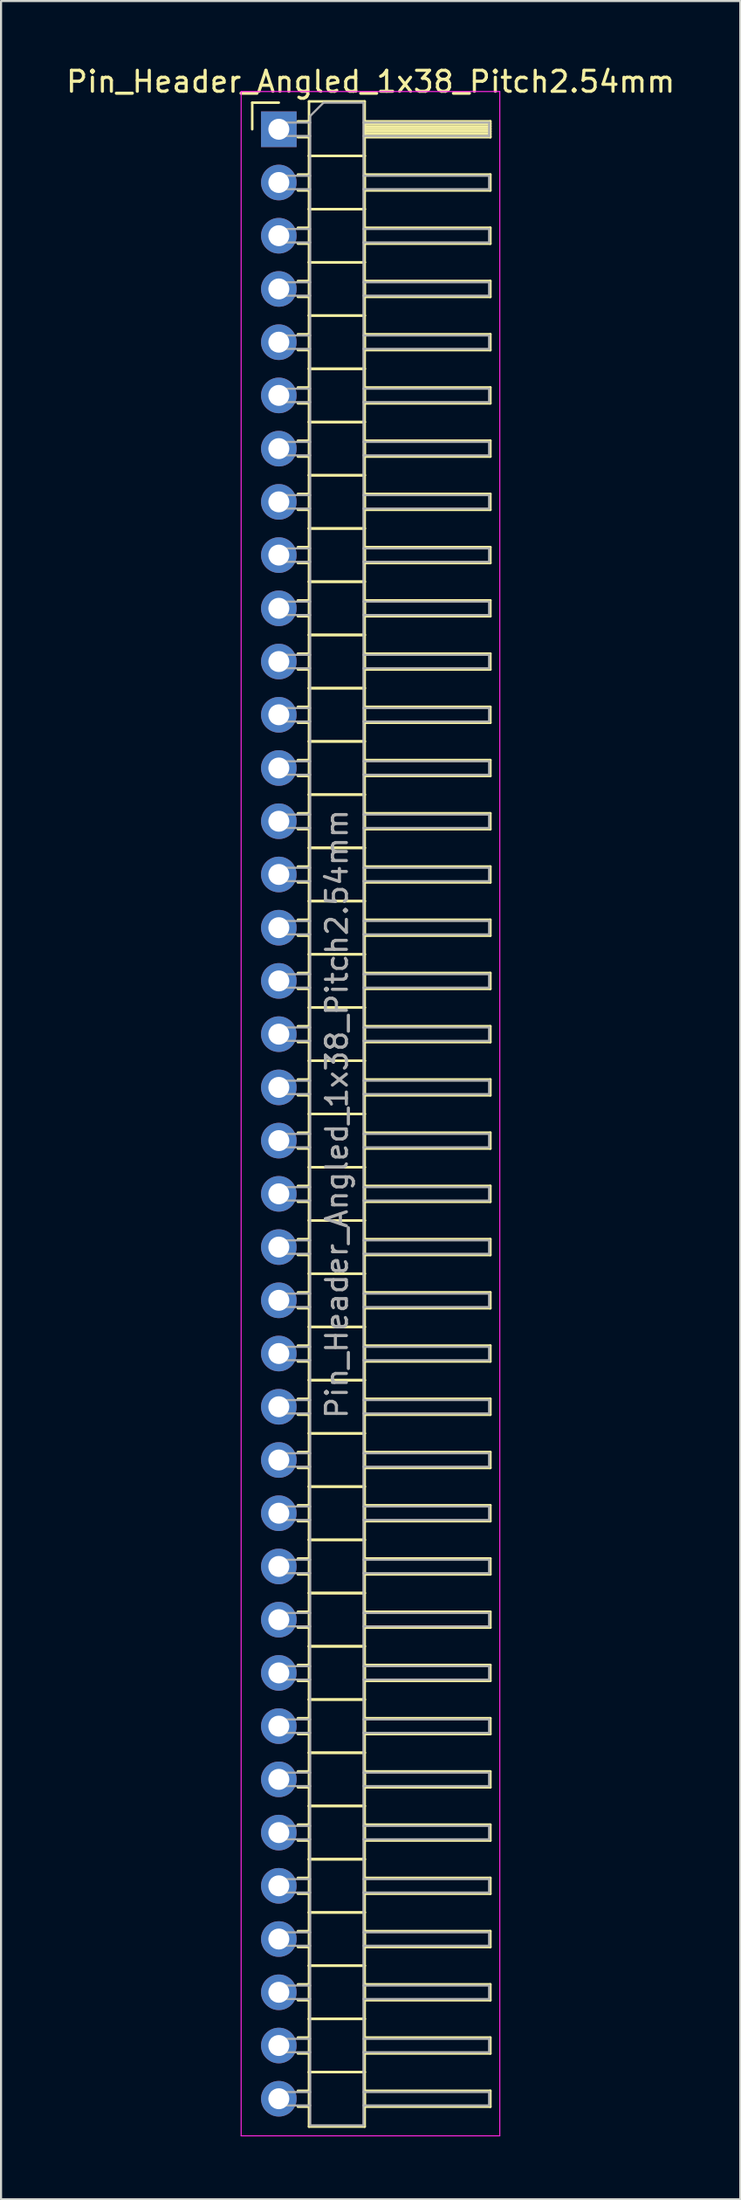
<source format=kicad_pcb>
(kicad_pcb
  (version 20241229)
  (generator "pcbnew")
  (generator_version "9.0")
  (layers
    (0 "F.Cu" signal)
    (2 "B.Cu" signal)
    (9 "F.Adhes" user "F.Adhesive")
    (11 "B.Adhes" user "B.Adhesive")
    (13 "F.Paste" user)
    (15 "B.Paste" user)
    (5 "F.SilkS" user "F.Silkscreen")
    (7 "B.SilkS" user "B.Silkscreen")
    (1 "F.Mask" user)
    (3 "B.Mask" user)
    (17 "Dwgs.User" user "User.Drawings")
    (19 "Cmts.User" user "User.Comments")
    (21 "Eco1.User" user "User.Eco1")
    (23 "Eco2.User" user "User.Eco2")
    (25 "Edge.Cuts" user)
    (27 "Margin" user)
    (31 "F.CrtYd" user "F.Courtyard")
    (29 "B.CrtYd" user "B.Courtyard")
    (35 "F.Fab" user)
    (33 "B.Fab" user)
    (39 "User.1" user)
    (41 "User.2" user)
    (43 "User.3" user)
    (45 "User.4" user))
  (footprint "Pin_Header_Angled_1x38_Pitch2.54mm"
    (layer "F.Cu")
    (at 10.264 3.118)
    (property "Reference" "Pin_Header_Angled_1x38_Pitch2.54mm" (at 4.385 -2.27 0) (layer "F.SilkS") (effects (font (size 1 1) (thickness 0.15))))
    (attr through_hole)
    (fp_line (start -1.27 -1.27) (end 0 -1.27) (stroke (width 0.12) (type solid)) (layer "F.SilkS"))
    (fp_line (start -1.27 0) (end -1.27 -1.27) (stroke (width 0.12) (type solid)) (layer "F.SilkS"))
    (fp_line (start 0.91 -0.38) (end 1.44 -0.38) (stroke (width 0.12) (type solid)) (layer "F.SilkS"))
    (fp_line (start 0.91 0.38) (end 1.44 0.38) (stroke (width 0.12) (type solid)) (layer "F.SilkS"))
    (fp_line (start 0.91 2.16) (end 1.44 2.16) (stroke (width 0.12) (type solid)) (layer "F.SilkS"))
    (fp_line (start 0.91 2.92) (end 1.44 2.92) (stroke (width 0.12) (type solid)) (layer "F.SilkS"))
    (fp_line (start 0.91 4.7) (end 1.44 4.7) (stroke (width 0.12) (type solid)) (layer "F.SilkS"))
    (fp_line (start 0.91 5.46) (end 1.44 5.46) (stroke (width 0.12) (type solid)) (layer "F.SilkS"))
    (fp_line (start 0.91 7.24) (end 1.44 7.24) (stroke (width 0.12) (type solid)) (layer "F.SilkS"))
    (fp_line (start 0.91 8) (end 1.44 8) (stroke (width 0.12) (type solid)) (layer "F.SilkS"))
    (fp_line (start 0.91 9.78) (end 1.44 9.78) (stroke (width 0.12) (type solid)) (layer "F.SilkS"))
    (fp_line (start 0.91 10.54) (end 1.44 10.54) (stroke (width 0.12) (type solid)) (layer "F.SilkS"))
    (fp_line (start 0.91 12.32) (end 1.44 12.32) (stroke (width 0.12) (type solid)) (layer "F.SilkS"))
    (fp_line (start 0.91 13.08) (end 1.44 13.08) (stroke (width 0.12) (type solid)) (layer "F.SilkS"))
    (fp_line (start 0.91 14.86) (end 1.44 14.86) (stroke (width 0.12) (type solid)) (layer "F.SilkS"))
    (fp_line (start 0.91 15.62) (end 1.44 15.62) (stroke (width 0.12) (type solid)) (layer "F.SilkS"))
    (fp_line (start 0.91 17.4) (end 1.44 17.4) (stroke (width 0.12) (type solid)) (layer "F.SilkS"))
    (fp_line (start 0.91 18.16) (end 1.44 18.16) (stroke (width 0.12) (type solid)) (layer "F.SilkS"))
    (fp_line (start 0.91 19.94) (end 1.44 19.94) (stroke (width 0.12) (type solid)) (layer "F.SilkS"))
    (fp_line (start 0.91 20.7) (end 1.44 20.7) (stroke (width 0.12) (type solid)) (layer "F.SilkS"))
    (fp_line (start 0.91 22.48) (end 1.44 22.48) (stroke (width 0.12) (type solid)) (layer "F.SilkS"))
    (fp_line (start 0.91 23.24) (end 1.44 23.24) (stroke (width 0.12) (type solid)) (layer "F.SilkS"))
    (fp_line (start 0.91 25.02) (end 1.44 25.02) (stroke (width 0.12) (type solid)) (layer "F.SilkS"))
    (fp_line (start 0.91 25.78) (end 1.44 25.78) (stroke (width 0.12) (type solid)) (layer "F.SilkS"))
    (fp_line (start 0.91 27.56) (end 1.44 27.56) (stroke (width 0.12) (type solid)) (layer "F.SilkS"))
    (fp_line (start 0.91 28.32) (end 1.44 28.32) (stroke (width 0.12) (type solid)) (layer "F.SilkS"))
    (fp_line (start 0.91 30.1) (end 1.44 30.1) (stroke (width 0.12) (type solid)) (layer "F.SilkS"))
    (fp_line (start 0.91 30.86) (end 1.44 30.86) (stroke (width 0.12) (type solid)) (layer "F.SilkS"))
    (fp_line (start 0.91 32.64) (end 1.44 32.64) (stroke (width 0.12) (type solid)) (layer "F.SilkS"))
    (fp_line (start 0.91 33.4) (end 1.44 33.4) (stroke (width 0.12) (type solid)) (layer "F.SilkS"))
    (fp_line (start 0.91 35.18) (end 1.44 35.18) (stroke (width 0.12) (type solid)) (layer "F.SilkS"))
    (fp_line (start 0.91 35.94) (end 1.44 35.94) (stroke (width 0.12) (type solid)) (layer "F.SilkS"))
    (fp_line (start 0.91 37.72) (end 1.44 37.72) (stroke (width 0.12) (type solid)) (layer "F.SilkS"))
    (fp_line (start 0.91 38.48) (end 1.44 38.48) (stroke (width 0.12) (type solid)) (layer "F.SilkS"))
    (fp_line (start 0.91 40.26) (end 1.44 40.26) (stroke (width 0.12) (type solid)) (layer "F.SilkS"))
    (fp_line (start 0.91 41.02) (end 1.44 41.02) (stroke (width 0.12) (type solid)) (layer "F.SilkS"))
    (fp_line (start 0.91 42.8) (end 1.44 42.8) (stroke (width 0.12) (type solid)) (layer "F.SilkS"))
    (fp_line (start 0.91 43.56) (end 1.44 43.56) (stroke (width 0.12) (type solid)) (layer "F.SilkS"))
    (fp_line (start 0.91 45.34) (end 1.44 45.34) (stroke (width 0.12) (type solid)) (layer "F.SilkS"))
    (fp_line (start 0.91 46.1) (end 1.44 46.1) (stroke (width 0.12) (type solid)) (layer "F.SilkS"))
    (fp_line (start 0.91 47.88) (end 1.44 47.88) (stroke (width 0.12) (type solid)) (layer "F.SilkS"))
    (fp_line (start 0.91 48.64) (end 1.44 48.64) (stroke (width 0.12) (type solid)) (layer "F.SilkS"))
    (fp_line (start 0.91 50.42) (end 1.44 50.42) (stroke (width 0.12) (type solid)) (layer "F.SilkS"))
    (fp_line (start 0.91 51.18) (end 1.44 51.18) (stroke (width 0.12) (type solid)) (layer "F.SilkS"))
    (fp_line (start 0.91 52.96) (end 1.44 52.96) (stroke (width 0.12) (type solid)) (layer "F.SilkS"))
    (fp_line (start 0.91 53.72) (end 1.44 53.72) (stroke (width 0.12) (type solid)) (layer "F.SilkS"))
    (fp_line (start 0.91 55.5) (end 1.44 55.5) (stroke (width 0.12) (type solid)) (layer "F.SilkS"))
    (fp_line (start 0.91 56.26) (end 1.44 56.26) (stroke (width 0.12) (type solid)) (layer "F.SilkS"))
    (fp_line (start 0.91 58.04) (end 1.44 58.04) (stroke (width 0.12) (type solid)) (layer "F.SilkS"))
    (fp_line (start 0.91 58.8) (end 1.44 58.8) (stroke (width 0.12) (type solid)) (layer "F.SilkS"))
    (fp_line (start 0.91 60.58) (end 1.44 60.58) (stroke (width 0.12) (type solid)) (layer "F.SilkS"))
    (fp_line (start 0.91 61.34) (end 1.44 61.34) (stroke (width 0.12) (type solid)) (layer "F.SilkS"))
    (fp_line (start 0.91 63.12) (end 1.44 63.12) (stroke (width 0.12) (type solid)) (layer "F.SilkS"))
    (fp_line (start 0.91 63.88) (end 1.44 63.88) (stroke (width 0.12) (type solid)) (layer "F.SilkS"))
    (fp_line (start 0.91 65.66) (end 1.44 65.66) (stroke (width 0.12) (type solid)) (layer "F.SilkS"))
    (fp_line (start 0.91 66.42) (end 1.44 66.42) (stroke (width 0.12) (type solid)) (layer "F.SilkS"))
    (fp_line (start 0.91 68.2) (end 1.44 68.2) (stroke (width 0.12) (type solid)) (layer "F.SilkS"))
    (fp_line (start 0.91 68.96) (end 1.44 68.96) (stroke (width 0.12) (type solid)) (layer "F.SilkS"))
    (fp_line (start 0.91 70.74) (end 1.44 70.74) (stroke (width 0.12) (type solid)) (layer "F.SilkS"))
    (fp_line (start 0.91 71.5) (end 1.44 71.5) (stroke (width 0.12) (type solid)) (layer "F.SilkS"))
    (fp_line (start 0.91 73.28) (end 1.44 73.28) (stroke (width 0.12) (type solid)) (layer "F.SilkS"))
    (fp_line (start 0.91 74.04) (end 1.44 74.04) (stroke (width 0.12) (type solid)) (layer "F.SilkS"))
    (fp_line (start 0.91 75.82) (end 1.44 75.82) (stroke (width 0.12) (type solid)) (layer "F.SilkS"))
    (fp_line (start 0.91 76.58) (end 1.44 76.58) (stroke (width 0.12) (type solid)) (layer "F.SilkS"))
    (fp_line (start 0.91 78.36) (end 1.44 78.36) (stroke (width 0.12) (type solid)) (layer "F.SilkS"))
    (fp_line (start 0.91 79.12) (end 1.44 79.12) (stroke (width 0.12) (type solid)) (layer "F.SilkS"))
    (fp_line (start 0.91 80.9) (end 1.44 80.9) (stroke (width 0.12) (type solid)) (layer "F.SilkS"))
    (fp_line (start 0.91 81.66) (end 1.44 81.66) (stroke (width 0.12) (type solid)) (layer "F.SilkS"))
    (fp_line (start 0.91 83.44) (end 1.44 83.44) (stroke (width 0.12) (type solid)) (layer "F.SilkS"))
    (fp_line (start 0.91 84.2) (end 1.44 84.2) (stroke (width 0.12) (type solid)) (layer "F.SilkS"))
    (fp_line (start 0.91 85.98) (end 1.44 85.98) (stroke (width 0.12) (type solid)) (layer "F.SilkS"))
    (fp_line (start 0.91 86.74) (end 1.44 86.74) (stroke (width 0.12) (type solid)) (layer "F.SilkS"))
    (fp_line (start 0.91 88.52) (end 1.44 88.52) (stroke (width 0.12) (type solid)) (layer "F.SilkS"))
    (fp_line (start 0.91 89.28) (end 1.44 89.28) (stroke (width 0.12) (type solid)) (layer "F.SilkS"))
    (fp_line (start 0.91 91.06) (end 1.44 91.06) (stroke (width 0.12) (type solid)) (layer "F.SilkS"))
    (fp_line (start 0.91 91.82) (end 1.44 91.82) (stroke (width 0.12) (type solid)) (layer "F.SilkS"))
    (fp_line (start 0.91 93.6) (end 1.44 93.6) (stroke (width 0.12) (type solid)) (layer "F.SilkS"))
    (fp_line (start 0.91 94.36) (end 1.44 94.36) (stroke (width 0.12) (type solid)) (layer "F.SilkS"))
    (fp_line (start 1.44 -1.33) (end 1.44 1.27) (stroke (width 0.12) (type solid)) (layer "F.SilkS"))
    (fp_line (start 1.44 1.27) (end 1.44 3.81) (stroke (width 0.12) (type solid)) (layer "F.SilkS"))
    (fp_line (start 1.44 1.27) (end 4.1 1.27) (stroke (width 0.12) (type solid)) (layer "F.SilkS"))
    (fp_line (start 1.44 3.81) (end 1.44 6.35) (stroke (width 0.12) (type solid)) (layer "F.SilkS"))
    (fp_line (start 1.44 3.81) (end 4.1 3.81) (stroke (width 0.12) (type solid)) (layer "F.SilkS"))
    (fp_line (start 1.44 6.35) (end 1.44 8.89) (stroke (width 0.12) (type solid)) (layer "F.SilkS"))
    (fp_line (start 1.44 6.35) (end 4.1 6.35) (stroke (width 0.12) (type solid)) (layer "F.SilkS"))
    (fp_line (start 1.44 8.89) (end 1.44 11.43) (stroke (width 0.12) (type solid)) (layer "F.SilkS"))
    (fp_line (start 1.44 8.89) (end 4.1 8.89) (stroke (width 0.12) (type solid)) (layer "F.SilkS"))
    (fp_line (start 1.44 11.43) (end 1.44 13.97) (stroke (width 0.12) (type solid)) (layer "F.SilkS"))
    (fp_line (start 1.44 11.43) (end 4.1 11.43) (stroke (width 0.12) (type solid)) (layer "F.SilkS"))
    (fp_line (start 1.44 13.97) (end 1.44 16.51) (stroke (width 0.12) (type solid)) (layer "F.SilkS"))
    (fp_line (start 1.44 13.97) (end 4.1 13.97) (stroke (width 0.12) (type solid)) (layer "F.SilkS"))
    (fp_line (start 1.44 16.51) (end 1.44 19.05) (stroke (width 0.12) (type solid)) (layer "F.SilkS"))
    (fp_line (start 1.44 16.51) (end 4.1 16.51) (stroke (width 0.12) (type solid)) (layer "F.SilkS"))
    (fp_line (start 1.44 19.05) (end 1.44 21.59) (stroke (width 0.12) (type solid)) (layer "F.SilkS"))
    (fp_line (start 1.44 19.05) (end 4.1 19.05) (stroke (width 0.12) (type solid)) (layer "F.SilkS"))
    (fp_line (start 1.44 21.59) (end 1.44 24.13) (stroke (width 0.12) (type solid)) (layer "F.SilkS"))
    (fp_line (start 1.44 21.59) (end 4.1 21.59) (stroke (width 0.12) (type solid)) (layer "F.SilkS"))
    (fp_line (start 1.44 24.13) (end 1.44 26.67) (stroke (width 0.12) (type solid)) (layer "F.SilkS"))
    (fp_line (start 1.44 24.13) (end 4.1 24.13) (stroke (width 0.12) (type solid)) (layer "F.SilkS"))
    (fp_line (start 1.44 26.67) (end 1.44 29.21) (stroke (width 0.12) (type solid)) (layer "F.SilkS"))
    (fp_line (start 1.44 26.67) (end 4.1 26.67) (stroke (width 0.12) (type solid)) (layer "F.SilkS"))
    (fp_line (start 1.44 29.21) (end 1.44 31.75) (stroke (width 0.12) (type solid)) (layer "F.SilkS"))
    (fp_line (start 1.44 29.21) (end 4.1 29.21) (stroke (width 0.12) (type solid)) (layer "F.SilkS"))
    (fp_line (start 1.44 31.75) (end 1.44 34.29) (stroke (width 0.12) (type solid)) (layer "F.SilkS"))
    (fp_line (start 1.44 31.75) (end 4.1 31.75) (stroke (width 0.12) (type solid)) (layer "F.SilkS"))
    (fp_line (start 1.44 34.29) (end 1.44 36.83) (stroke (width 0.12) (type solid)) (layer "F.SilkS"))
    (fp_line (start 1.44 34.29) (end 4.1 34.29) (stroke (width 0.12) (type solid)) (layer "F.SilkS"))
    (fp_line (start 1.44 36.83) (end 1.44 39.37) (stroke (width 0.12) (type solid)) (layer "F.SilkS"))
    (fp_line (start 1.44 36.83) (end 4.1 36.83) (stroke (width 0.12) (type solid)) (layer "F.SilkS"))
    (fp_line (start 1.44 39.37) (end 1.44 41.91) (stroke (width 0.12) (type solid)) (layer "F.SilkS"))
    (fp_line (start 1.44 39.37) (end 4.1 39.37) (stroke (width 0.12) (type solid)) (layer "F.SilkS"))
    (fp_line (start 1.44 41.91) (end 1.44 44.45) (stroke (width 0.12) (type solid)) (layer "F.SilkS"))
    (fp_line (start 1.44 41.91) (end 4.1 41.91) (stroke (width 0.12) (type solid)) (layer "F.SilkS"))
    (fp_line (start 1.44 44.45) (end 1.44 46.99) (stroke (width 0.12) (type solid)) (layer "F.SilkS"))
    (fp_line (start 1.44 44.45) (end 4.1 44.45) (stroke (width 0.12) (type solid)) (layer "F.SilkS"))
    (fp_line (start 1.44 46.99) (end 1.44 49.53) (stroke (width 0.12) (type solid)) (layer "F.SilkS"))
    (fp_line (start 1.44 46.99) (end 4.1 46.99) (stroke (width 0.12) (type solid)) (layer "F.SilkS"))
    (fp_line (start 1.44 49.53) (end 1.44 52.07) (stroke (width 0.12) (type solid)) (layer "F.SilkS"))
    (fp_line (start 1.44 49.53) (end 4.1 49.53) (stroke (width 0.12) (type solid)) (layer "F.SilkS"))
    (fp_line (start 1.44 52.07) (end 1.44 54.61) (stroke (width 0.12) (type solid)) (layer "F.SilkS"))
    (fp_line (start 1.44 52.07) (end 4.1 52.07) (stroke (width 0.12) (type solid)) (layer "F.SilkS"))
    (fp_line (start 1.44 54.61) (end 1.44 57.15) (stroke (width 0.12) (type solid)) (layer "F.SilkS"))
    (fp_line (start 1.44 54.61) (end 4.1 54.61) (stroke (width 0.12) (type solid)) (layer "F.SilkS"))
    (fp_line (start 1.44 57.15) (end 1.44 59.69) (stroke (width 0.12) (type solid)) (layer "F.SilkS"))
    (fp_line (start 1.44 57.15) (end 4.1 57.15) (stroke (width 0.12) (type solid)) (layer "F.SilkS"))
    (fp_line (start 1.44 59.69) (end 1.44 62.23) (stroke (width 0.12) (type solid)) (layer "F.SilkS"))
    (fp_line (start 1.44 59.69) (end 4.1 59.69) (stroke (width 0.12) (type solid)) (layer "F.SilkS"))
    (fp_line (start 1.44 62.23) (end 1.44 64.77) (stroke (width 0.12) (type solid)) (layer "F.SilkS"))
    (fp_line (start 1.44 62.23) (end 4.1 62.23) (stroke (width 0.12) (type solid)) (layer "F.SilkS"))
    (fp_line (start 1.44 64.77) (end 1.44 67.31) (stroke (width 0.12) (type solid)) (layer "F.SilkS"))
    (fp_line (start 1.44 64.77) (end 4.1 64.77) (stroke (width 0.12) (type solid)) (layer "F.SilkS"))
    (fp_line (start 1.44 67.31) (end 1.44 69.85) (stroke (width 0.12) (type solid)) (layer "F.SilkS"))
    (fp_line (start 1.44 67.31) (end 4.1 67.31) (stroke (width 0.12) (type solid)) (layer "F.SilkS"))
    (fp_line (start 1.44 69.85) (end 1.44 72.39) (stroke (width 0.12) (type solid)) (layer "F.SilkS"))
    (fp_line (start 1.44 69.85) (end 4.1 69.85) (stroke (width 0.12) (type solid)) (layer "F.SilkS"))
    (fp_line (start 1.44 72.39) (end 1.44 74.93) (stroke (width 0.12) (type solid)) (layer "F.SilkS"))
    (fp_line (start 1.44 72.39) (end 4.1 72.39) (stroke (width 0.12) (type solid)) (layer "F.SilkS"))
    (fp_line (start 1.44 74.93) (end 1.44 77.47) (stroke (width 0.12) (type solid)) (layer "F.SilkS"))
    (fp_line (start 1.44 74.93) (end 4.1 74.93) (stroke (width 0.12) (type solid)) (layer "F.SilkS"))
    (fp_line (start 1.44 77.47) (end 1.44 80.01) (stroke (width 0.12) (type solid)) (layer "F.SilkS"))
    (fp_line (start 1.44 77.47) (end 4.1 77.47) (stroke (width 0.12) (type solid)) (layer "F.SilkS"))
    (fp_line (start 1.44 80.01) (end 1.44 82.55) (stroke (width 0.12) (type solid)) (layer "F.SilkS"))
    (fp_line (start 1.44 80.01) (end 4.1 80.01) (stroke (width 0.12) (type solid)) (layer "F.SilkS"))
    (fp_line (start 1.44 82.55) (end 1.44 85.09) (stroke (width 0.12) (type solid)) (layer "F.SilkS"))
    (fp_line (start 1.44 82.55) (end 4.1 82.55) (stroke (width 0.12) (type solid)) (layer "F.SilkS"))
    (fp_line (start 1.44 85.09) (end 1.44 87.63) (stroke (width 0.12) (type solid)) (layer "F.SilkS"))
    (fp_line (start 1.44 85.09) (end 4.1 85.09) (stroke (width 0.12) (type solid)) (layer "F.SilkS"))
    (fp_line (start 1.44 87.63) (end 1.44 90.17) (stroke (width 0.12) (type solid)) (layer "F.SilkS"))
    (fp_line (start 1.44 87.63) (end 4.1 87.63) (stroke (width 0.12) (type solid)) (layer "F.SilkS"))
    (fp_line (start 1.44 90.17) (end 1.44 92.71) (stroke (width 0.12) (type solid)) (layer "F.SilkS"))
    (fp_line (start 1.44 90.17) (end 4.1 90.17) (stroke (width 0.12) (type solid)) (layer "F.SilkS"))
    (fp_line (start 1.44 92.71) (end 1.44 95.31) (stroke (width 0.12) (type solid)) (layer "F.SilkS"))
    (fp_line (start 1.44 92.71) (end 4.1 92.71) (stroke (width 0.12) (type solid)) (layer "F.SilkS"))
    (fp_line (start 1.44 95.31) (end 4.1 95.31) (stroke (width 0.12) (type solid)) (layer "F.SilkS"))
    (fp_line (start 4.1 -1.33) (end 1.44 -1.33) (stroke (width 0.12) (type solid)) (layer "F.SilkS"))
    (fp_line (start 4.1 -0.38) (end 4.1 0.38) (stroke (width 0.12) (type solid)) (layer "F.SilkS"))
    (fp_line (start 4.1 -0.26) (end 10.1 -0.26) (stroke (width 0.12) (type solid)) (layer "F.SilkS"))
    (fp_line (start 4.1 -0.14) (end 10.1 -0.14) (stroke (width 0.12) (type solid)) (layer "F.SilkS"))
    (fp_line (start 4.1 -0.02) (end 10.1 -0.02) (stroke (width 0.12) (type solid)) (layer "F.SilkS"))
    (fp_line (start 4.1 0.1) (end 10.1 0.1) (stroke (width 0.12) (type solid)) (layer "F.SilkS"))
    (fp_line (start 4.1 0.22) (end 10.1 0.22) (stroke (width 0.12) (type solid)) (layer "F.SilkS"))
    (fp_line (start 4.1 0.34) (end 10.1 0.34) (stroke (width 0.12) (type solid)) (layer "F.SilkS"))
    (fp_line (start 4.1 0.38) (end 10.1 0.38) (stroke (width 0.12) (type solid)) (layer "F.SilkS"))
    (fp_line (start 4.1 1.27) (end 1.44 1.27) (stroke (width 0.12) (type solid)) (layer "F.SilkS"))
    (fp_line (start 4.1 1.27) (end 4.1 -1.33) (stroke (width 0.12) (type solid)) (layer "F.SilkS"))
    (fp_line (start 4.1 2.16) (end 4.1 2.92) (stroke (width 0.12) (type solid)) (layer "F.SilkS"))
    (fp_line (start 4.1 2.92) (end 10.1 2.92) (stroke (width 0.12) (type solid)) (layer "F.SilkS"))
    (fp_line (start 4.1 3.81) (end 1.44 3.81) (stroke (width 0.12) (type solid)) (layer "F.SilkS"))
    (fp_line (start 4.1 3.81) (end 4.1 1.27) (stroke (width 0.12) (type solid)) (layer "F.SilkS"))
    (fp_line (start 4.1 4.7) (end 4.1 5.46) (stroke (width 0.12) (type solid)) (layer "F.SilkS"))
    (fp_line (start 4.1 5.46) (end 10.1 5.46) (stroke (width 0.12) (type solid)) (layer "F.SilkS"))
    (fp_line (start 4.1 6.35) (end 1.44 6.35) (stroke (width 0.12) (type solid)) (layer "F.SilkS"))
    (fp_line (start 4.1 6.35) (end 4.1 3.81) (stroke (width 0.12) (type solid)) (layer "F.SilkS"))
    (fp_line (start 4.1 7.24) (end 4.1 8) (stroke (width 0.12) (type solid)) (layer "F.SilkS"))
    (fp_line (start 4.1 8) (end 10.1 8) (stroke (width 0.12) (type solid)) (layer "F.SilkS"))
    (fp_line (start 4.1 8.89) (end 1.44 8.89) (stroke (width 0.12) (type solid)) (layer "F.SilkS"))
    (fp_line (start 4.1 8.89) (end 4.1 6.35) (stroke (width 0.12) (type solid)) (layer "F.SilkS"))
    (fp_line (start 4.1 9.78) (end 4.1 10.54) (stroke (width 0.12) (type solid)) (layer "F.SilkS"))
    (fp_line (start 4.1 10.54) (end 10.1 10.54) (stroke (width 0.12) (type solid)) (layer "F.SilkS"))
    (fp_line (start 4.1 11.43) (end 1.44 11.43) (stroke (width 0.12) (type solid)) (layer "F.SilkS"))
    (fp_line (start 4.1 11.43) (end 4.1 8.89) (stroke (width 0.12) (type solid)) (layer "F.SilkS"))
    (fp_line (start 4.1 12.32) (end 4.1 13.08) (stroke (width 0.12) (type solid)) (layer "F.SilkS"))
    (fp_line (start 4.1 13.08) (end 10.1 13.08) (stroke (width 0.12) (type solid)) (layer "F.SilkS"))
    (fp_line (start 4.1 13.97) (end 1.44 13.97) (stroke (width 0.12) (type solid)) (layer "F.SilkS"))
    (fp_line (start 4.1 13.97) (end 4.1 11.43) (stroke (width 0.12) (type solid)) (layer "F.SilkS"))
    (fp_line (start 4.1 14.86) (end 4.1 15.62) (stroke (width 0.12) (type solid)) (layer "F.SilkS"))
    (fp_line (start 4.1 15.62) (end 10.1 15.62) (stroke (width 0.12) (type solid)) (layer "F.SilkS"))
    (fp_line (start 4.1 16.51) (end 1.44 16.51) (stroke (width 0.12) (type solid)) (layer "F.SilkS"))
    (fp_line (start 4.1 16.51) (end 4.1 13.97) (stroke (width 0.12) (type solid)) (layer "F.SilkS"))
    (fp_line (start 4.1 17.4) (end 4.1 18.16) (stroke (width 0.12) (type solid)) (layer "F.SilkS"))
    (fp_line (start 4.1 18.16) (end 10.1 18.16) (stroke (width 0.12) (type solid)) (layer "F.SilkS"))
    (fp_line (start 4.1 19.05) (end 1.44 19.05) (stroke (width 0.12) (type solid)) (layer "F.SilkS"))
    (fp_line (start 4.1 19.05) (end 4.1 16.51) (stroke (width 0.12) (type solid)) (layer "F.SilkS"))
    (fp_line (start 4.1 19.94) (end 4.1 20.7) (stroke (width 0.12) (type solid)) (layer "F.SilkS"))
    (fp_line (start 4.1 20.7) (end 10.1 20.7) (stroke (width 0.12) (type solid)) (layer "F.SilkS"))
    (fp_line (start 4.1 21.59) (end 1.44 21.59) (stroke (width 0.12) (type solid)) (layer "F.SilkS"))
    (fp_line (start 4.1 21.59) (end 4.1 19.05) (stroke (width 0.12) (type solid)) (layer "F.SilkS"))
    (fp_line (start 4.1 22.48) (end 4.1 23.24) (stroke (width 0.12) (type solid)) (layer "F.SilkS"))
    (fp_line (start 4.1 23.24) (end 10.1 23.24) (stroke (width 0.12) (type solid)) (layer "F.SilkS"))
    (fp_line (start 4.1 24.13) (end 1.44 24.13) (stroke (width 0.12) (type solid)) (layer "F.SilkS"))
    (fp_line (start 4.1 24.13) (end 4.1 21.59) (stroke (width 0.12) (type solid)) (layer "F.SilkS"))
    (fp_line (start 4.1 25.02) (end 4.1 25.78) (stroke (width 0.12) (type solid)) (layer "F.SilkS"))
    (fp_line (start 4.1 25.78) (end 10.1 25.78) (stroke (width 0.12) (type solid)) (layer "F.SilkS"))
    (fp_line (start 4.1 26.67) (end 1.44 26.67) (stroke (width 0.12) (type solid)) (layer "F.SilkS"))
    (fp_line (start 4.1 26.67) (end 4.1 24.13) (stroke (width 0.12) (type solid)) (layer "F.SilkS"))
    (fp_line (start 4.1 27.56) (end 4.1 28.32) (stroke (width 0.12) (type solid)) (layer "F.SilkS"))
    (fp_line (start 4.1 28.32) (end 10.1 28.32) (stroke (width 0.12) (type solid)) (layer "F.SilkS"))
    (fp_line (start 4.1 29.21) (end 1.44 29.21) (stroke (width 0.12) (type solid)) (layer "F.SilkS"))
    (fp_line (start 4.1 29.21) (end 4.1 26.67) (stroke (width 0.12) (type solid)) (layer "F.SilkS"))
    (fp_line (start 4.1 30.1) (end 4.1 30.86) (stroke (width 0.12) (type solid)) (layer "F.SilkS"))
    (fp_line (start 4.1 30.86) (end 10.1 30.86) (stroke (width 0.12) (type solid)) (layer "F.SilkS"))
    (fp_line (start 4.1 31.75) (end 1.44 31.75) (stroke (width 0.12) (type solid)) (layer "F.SilkS"))
    (fp_line (start 4.1 31.75) (end 4.1 29.21) (stroke (width 0.12) (type solid)) (layer "F.SilkS"))
    (fp_line (start 4.1 32.64) (end 4.1 33.4) (stroke (width 0.12) (type solid)) (layer "F.SilkS"))
    (fp_line (start 4.1 33.4) (end 10.1 33.4) (stroke (width 0.12) (type solid)) (layer "F.SilkS"))
    (fp_line (start 4.1 34.29) (end 1.44 34.29) (stroke (width 0.12) (type solid)) (layer "F.SilkS"))
    (fp_line (start 4.1 34.29) (end 4.1 31.75) (stroke (width 0.12) (type solid)) (layer "F.SilkS"))
    (fp_line (start 4.1 35.18) (end 4.1 35.94) (stroke (width 0.12) (type solid)) (layer "F.SilkS"))
    (fp_line (start 4.1 35.94) (end 10.1 35.94) (stroke (width 0.12) (type solid)) (layer "F.SilkS"))
    (fp_line (start 4.1 36.83) (end 1.44 36.83) (stroke (width 0.12) (type solid)) (layer "F.SilkS"))
    (fp_line (start 4.1 36.83) (end 4.1 34.29) (stroke (width 0.12) (type solid)) (layer "F.SilkS"))
    (fp_line (start 4.1 37.72) (end 4.1 38.48) (stroke (width 0.12) (type solid)) (layer "F.SilkS"))
    (fp_line (start 4.1 38.48) (end 10.1 38.48) (stroke (width 0.12) (type solid)) (layer "F.SilkS"))
    (fp_line (start 4.1 39.37) (end 1.44 39.37) (stroke (width 0.12) (type solid)) (layer "F.SilkS"))
    (fp_line (start 4.1 39.37) (end 4.1 36.83) (stroke (width 0.12) (type solid)) (layer "F.SilkS"))
    (fp_line (start 4.1 40.26) (end 4.1 41.02) (stroke (width 0.12) (type solid)) (layer "F.SilkS"))
    (fp_line (start 4.1 41.02) (end 10.1 41.02) (stroke (width 0.12) (type solid)) (layer "F.SilkS"))
    (fp_line (start 4.1 41.91) (end 1.44 41.91) (stroke (width 0.12) (type solid)) (layer "F.SilkS"))
    (fp_line (start 4.1 41.91) (end 4.1 39.37) (stroke (width 0.12) (type solid)) (layer "F.SilkS"))
    (fp_line (start 4.1 42.8) (end 4.1 43.56) (stroke (width 0.12) (type solid)) (layer "F.SilkS"))
    (fp_line (start 4.1 43.56) (end 10.1 43.56) (stroke (width 0.12) (type solid)) (layer "F.SilkS"))
    (fp_line (start 4.1 44.45) (end 1.44 44.45) (stroke (width 0.12) (type solid)) (layer "F.SilkS"))
    (fp_line (start 4.1 44.45) (end 4.1 41.91) (stroke (width 0.12) (type solid)) (layer "F.SilkS"))
    (fp_line (start 4.1 45.34) (end 4.1 46.1) (stroke (width 0.12) (type solid)) (layer "F.SilkS"))
    (fp_line (start 4.1 46.1) (end 10.1 46.1) (stroke (width 0.12) (type solid)) (layer "F.SilkS"))
    (fp_line (start 4.1 46.99) (end 1.44 46.99) (stroke (width 0.12) (type solid)) (layer "F.SilkS"))
    (fp_line (start 4.1 46.99) (end 4.1 44.45) (stroke (width 0.12) (type solid)) (layer "F.SilkS"))
    (fp_line (start 4.1 47.88) (end 4.1 48.64) (stroke (width 0.12) (type solid)) (layer "F.SilkS"))
    (fp_line (start 4.1 48.64) (end 10.1 48.64) (stroke (width 0.12) (type solid)) (layer "F.SilkS"))
    (fp_line (start 4.1 49.53) (end 1.44 49.53) (stroke (width 0.12) (type solid)) (layer "F.SilkS"))
    (fp_line (start 4.1 49.53) (end 4.1 46.99) (stroke (width 0.12) (type solid)) (layer "F.SilkS"))
    (fp_line (start 4.1 50.42) (end 4.1 51.18) (stroke (width 0.12) (type solid)) (layer "F.SilkS"))
    (fp_line (start 4.1 51.18) (end 10.1 51.18) (stroke (width 0.12) (type solid)) (layer "F.SilkS"))
    (fp_line (start 4.1 52.07) (end 1.44 52.07) (stroke (width 0.12) (type solid)) (layer "F.SilkS"))
    (fp_line (start 4.1 52.07) (end 4.1 49.53) (stroke (width 0.12) (type solid)) (layer "F.SilkS"))
    (fp_line (start 4.1 52.96) (end 4.1 53.72) (stroke (width 0.12) (type solid)) (layer "F.SilkS"))
    (fp_line (start 4.1 53.72) (end 10.1 53.72) (stroke (width 0.12) (type solid)) (layer "F.SilkS"))
    (fp_line (start 4.1 54.61) (end 1.44 54.61) (stroke (width 0.12) (type solid)) (layer "F.SilkS"))
    (fp_line (start 4.1 54.61) (end 4.1 52.07) (stroke (width 0.12) (type solid)) (layer "F.SilkS"))
    (fp_line (start 4.1 55.5) (end 4.1 56.26) (stroke (width 0.12) (type solid)) (layer "F.SilkS"))
    (fp_line (start 4.1 56.26) (end 10.1 56.26) (stroke (width 0.12) (type solid)) (layer "F.SilkS"))
    (fp_line (start 4.1 57.15) (end 1.44 57.15) (stroke (width 0.12) (type solid)) (layer "F.SilkS"))
    (fp_line (start 4.1 57.15) (end 4.1 54.61) (stroke (width 0.12) (type solid)) (layer "F.SilkS"))
    (fp_line (start 4.1 58.04) (end 4.1 58.8) (stroke (width 0.12) (type solid)) (layer "F.SilkS"))
    (fp_line (start 4.1 58.8) (end 10.1 58.8) (stroke (width 0.12) (type solid)) (layer "F.SilkS"))
    (fp_line (start 4.1 59.69) (end 1.44 59.69) (stroke (width 0.12) (type solid)) (layer "F.SilkS"))
    (fp_line (start 4.1 59.69) (end 4.1 57.15) (stroke (width 0.12) (type solid)) (layer "F.SilkS"))
    (fp_line (start 4.1 60.58) (end 4.1 61.34) (stroke (width 0.12) (type solid)) (layer "F.SilkS"))
    (fp_line (start 4.1 61.34) (end 10.1 61.34) (stroke (width 0.12) (type solid)) (layer "F.SilkS"))
    (fp_line (start 4.1 62.23) (end 1.44 62.23) (stroke (width 0.12) (type solid)) (layer "F.SilkS"))
    (fp_line (start 4.1 62.23) (end 4.1 59.69) (stroke (width 0.12) (type solid)) (layer "F.SilkS"))
    (fp_line (start 4.1 63.12) (end 4.1 63.88) (stroke (width 0.12) (type solid)) (layer "F.SilkS"))
    (fp_line (start 4.1 63.88) (end 10.1 63.88) (stroke (width 0.12) (type solid)) (layer "F.SilkS"))
    (fp_line (start 4.1 64.77) (end 1.44 64.77) (stroke (width 0.12) (type solid)) (layer "F.SilkS"))
    (fp_line (start 4.1 64.77) (end 4.1 62.23) (stroke (width 0.12) (type solid)) (layer "F.SilkS"))
    (fp_line (start 4.1 65.66) (end 4.1 66.42) (stroke (width 0.12) (type solid)) (layer "F.SilkS"))
    (fp_line (start 4.1 66.42) (end 10.1 66.42) (stroke (width 0.12) (type solid)) (layer "F.SilkS"))
    (fp_line (start 4.1 67.31) (end 1.44 67.31) (stroke (width 0.12) (type solid)) (layer "F.SilkS"))
    (fp_line (start 4.1 67.31) (end 4.1 64.77) (stroke (width 0.12) (type solid)) (layer "F.SilkS"))
    (fp_line (start 4.1 68.2) (end 4.1 68.96) (stroke (width 0.12) (type solid)) (layer "F.SilkS"))
    (fp_line (start 4.1 68.96) (end 10.1 68.96) (stroke (width 0.12) (type solid)) (layer "F.SilkS"))
    (fp_line (start 4.1 69.85) (end 1.44 69.85) (stroke (width 0.12) (type solid)) (layer "F.SilkS"))
    (fp_line (start 4.1 69.85) (end 4.1 67.31) (stroke (width 0.12) (type solid)) (layer "F.SilkS"))
    (fp_line (start 4.1 70.74) (end 4.1 71.5) (stroke (width 0.12) (type solid)) (layer "F.SilkS"))
    (fp_line (start 4.1 71.5) (end 10.1 71.5) (stroke (width 0.12) (type solid)) (layer "F.SilkS"))
    (fp_line (start 4.1 72.39) (end 1.44 72.39) (stroke (width 0.12) (type solid)) (layer "F.SilkS"))
    (fp_line (start 4.1 72.39) (end 4.1 69.85) (stroke (width 0.12) (type solid)) (layer "F.SilkS"))
    (fp_line (start 4.1 73.28) (end 4.1 74.04) (stroke (width 0.12) (type solid)) (layer "F.SilkS"))
    (fp_line (start 4.1 74.04) (end 10.1 74.04) (stroke (width 0.12) (type solid)) (layer "F.SilkS"))
    (fp_line (start 4.1 74.93) (end 1.44 74.93) (stroke (width 0.12) (type solid)) (layer "F.SilkS"))
    (fp_line (start 4.1 74.93) (end 4.1 72.39) (stroke (width 0.12) (type solid)) (layer "F.SilkS"))
    (fp_line (start 4.1 75.82) (end 4.1 76.58) (stroke (width 0.12) (type solid)) (layer "F.SilkS"))
    (fp_line (start 4.1 76.58) (end 10.1 76.58) (stroke (width 0.12) (type solid)) (layer "F.SilkS"))
    (fp_line (start 4.1 77.47) (end 1.44 77.47) (stroke (width 0.12) (type solid)) (layer "F.SilkS"))
    (fp_line (start 4.1 77.47) (end 4.1 74.93) (stroke (width 0.12) (type solid)) (layer "F.SilkS"))
    (fp_line (start 4.1 78.36) (end 4.1 79.12) (stroke (width 0.12) (type solid)) (layer "F.SilkS"))
    (fp_line (start 4.1 79.12) (end 10.1 79.12) (stroke (width 0.12) (type solid)) (layer "F.SilkS"))
    (fp_line (start 4.1 80.01) (end 1.44 80.01) (stroke (width 0.12) (type solid)) (layer "F.SilkS"))
    (fp_line (start 4.1 80.01) (end 4.1 77.47) (stroke (width 0.12) (type solid)) (layer "F.SilkS"))
    (fp_line (start 4.1 80.9) (end 4.1 81.66) (stroke (width 0.12) (type solid)) (layer "F.SilkS"))
    (fp_line (start 4.1 81.66) (end 10.1 81.66) (stroke (width 0.12) (type solid)) (layer "F.SilkS"))
    (fp_line (start 4.1 82.55) (end 1.44 82.55) (stroke (width 0.12) (type solid)) (layer "F.SilkS"))
    (fp_line (start 4.1 82.55) (end 4.1 80.01) (stroke (width 0.12) (type solid)) (layer "F.SilkS"))
    (fp_line (start 4.1 83.44) (end 4.1 84.2) (stroke (width 0.12) (type solid)) (layer "F.SilkS"))
    (fp_line (start 4.1 84.2) (end 10.1 84.2) (stroke (width 0.12) (type solid)) (layer "F.SilkS"))
    (fp_line (start 4.1 85.09) (end 1.44 85.09) (stroke (width 0.12) (type solid)) (layer "F.SilkS"))
    (fp_line (start 4.1 85.09) (end 4.1 82.55) (stroke (width 0.12) (type solid)) (layer "F.SilkS"))
    (fp_line (start 4.1 85.98) (end 4.1 86.74) (stroke (width 0.12) (type solid)) (layer "F.SilkS"))
    (fp_line (start 4.1 86.74) (end 10.1 86.74) (stroke (width 0.12) (type solid)) (layer "F.SilkS"))
    (fp_line (start 4.1 87.63) (end 1.44 87.63) (stroke (width 0.12) (type solid)) (layer "F.SilkS"))
    (fp_line (start 4.1 87.63) (end 4.1 85.09) (stroke (width 0.12) (type solid)) (layer "F.SilkS"))
    (fp_line (start 4.1 88.52) (end 4.1 89.28) (stroke (width 0.12) (type solid)) (layer "F.SilkS"))
    (fp_line (start 4.1 89.28) (end 10.1 89.28) (stroke (width 0.12) (type solid)) (layer "F.SilkS"))
    (fp_line (start 4.1 90.17) (end 1.44 90.17) (stroke (width 0.12) (type solid)) (layer "F.SilkS"))
    (fp_line (start 4.1 90.17) (end 4.1 87.63) (stroke (width 0.12) (type solid)) (layer "F.SilkS"))
    (fp_line (start 4.1 91.06) (end 4.1 91.82) (stroke (width 0.12) (type solid)) (layer "F.SilkS"))
    (fp_line (start 4.1 91.82) (end 10.1 91.82) (stroke (width 0.12) (type solid)) (layer "F.SilkS"))
    (fp_line (start 4.1 92.71) (end 1.44 92.71) (stroke (width 0.12) (type solid)) (layer "F.SilkS"))
    (fp_line (start 4.1 92.71) (end 4.1 90.17) (stroke (width 0.12) (type solid)) (layer "F.SilkS"))
    (fp_line (start 4.1 93.6) (end 4.1 94.36) (stroke (width 0.12) (type solid)) (layer "F.SilkS"))
    (fp_line (start 4.1 94.36) (end 10.1 94.36) (stroke (width 0.12) (type solid)) (layer "F.SilkS"))
    (fp_line (start 4.1 95.31) (end 4.1 92.71) (stroke (width 0.12) (type solid)) (layer "F.SilkS"))
    (fp_line (start 10.1 -0.38) (end 4.1 -0.38) (stroke (width 0.12) (type solid)) (layer "F.SilkS"))
    (fp_line (start 10.1 0.38) (end 10.1 -0.38) (stroke (width 0.12) (type solid)) (layer "F.SilkS"))
    (fp_line (start 10.1 2.16) (end 4.1 2.16) (stroke (width 0.12) (type solid)) (layer "F.SilkS"))
    (fp_line (start 10.1 2.92) (end 10.1 2.16) (stroke (width 0.12) (type solid)) (layer "F.SilkS"))
    (fp_line (start 10.1 4.7) (end 4.1 4.7) (stroke (width 0.12) (type solid)) (layer "F.SilkS"))
    (fp_line (start 10.1 5.46) (end 10.1 4.7) (stroke (width 0.12) (type solid)) (layer "F.SilkS"))
    (fp_line (start 10.1 7.24) (end 4.1 7.24) (stroke (width 0.12) (type solid)) (layer "F.SilkS"))
    (fp_line (start 10.1 8) (end 10.1 7.24) (stroke (width 0.12) (type solid)) (layer "F.SilkS"))
    (fp_line (start 10.1 9.78) (end 4.1 9.78) (stroke (width 0.12) (type solid)) (layer "F.SilkS"))
    (fp_line (start 10.1 10.54) (end 10.1 9.78) (stroke (width 0.12) (type solid)) (layer "F.SilkS"))
    (fp_line (start 10.1 12.32) (end 4.1 12.32) (stroke (width 0.12) (type solid)) (layer "F.SilkS"))
    (fp_line (start 10.1 13.08) (end 10.1 12.32) (stroke (width 0.12) (type solid)) (layer "F.SilkS"))
    (fp_line (start 10.1 14.86) (end 4.1 14.86) (stroke (width 0.12) (type solid)) (layer "F.SilkS"))
    (fp_line (start 10.1 15.62) (end 10.1 14.86) (stroke (width 0.12) (type solid)) (layer "F.SilkS"))
    (fp_line (start 10.1 17.4) (end 4.1 17.4) (stroke (width 0.12) (type solid)) (layer "F.SilkS"))
    (fp_line (start 10.1 18.16) (end 10.1 17.4) (stroke (width 0.12) (type solid)) (layer "F.SilkS"))
    (fp_line (start 10.1 19.94) (end 4.1 19.94) (stroke (width 0.12) (type solid)) (layer "F.SilkS"))
    (fp_line (start 10.1 20.7) (end 10.1 19.94) (stroke (width 0.12) (type solid)) (layer "F.SilkS"))
    (fp_line (start 10.1 22.48) (end 4.1 22.48) (stroke (width 0.12) (type solid)) (layer "F.SilkS"))
    (fp_line (start 10.1 23.24) (end 10.1 22.48) (stroke (width 0.12) (type solid)) (layer "F.SilkS"))
    (fp_line (start 10.1 25.02) (end 4.1 25.02) (stroke (width 0.12) (type solid)) (layer "F.SilkS"))
    (fp_line (start 10.1 25.78) (end 10.1 25.02) (stroke (width 0.12) (type solid)) (layer "F.SilkS"))
    (fp_line (start 10.1 27.56) (end 4.1 27.56) (stroke (width 0.12) (type solid)) (layer "F.SilkS"))
    (fp_line (start 10.1 28.32) (end 10.1 27.56) (stroke (width 0.12) (type solid)) (layer "F.SilkS"))
    (fp_line (start 10.1 30.1) (end 4.1 30.1) (stroke (width 0.12) (type solid)) (layer "F.SilkS"))
    (fp_line (start 10.1 30.86) (end 10.1 30.1) (stroke (width 0.12) (type solid)) (layer "F.SilkS"))
    (fp_line (start 10.1 32.64) (end 4.1 32.64) (stroke (width 0.12) (type solid)) (layer "F.SilkS"))
    (fp_line (start 10.1 33.4) (end 10.1 32.64) (stroke (width 0.12) (type solid)) (layer "F.SilkS"))
    (fp_line (start 10.1 35.18) (end 4.1 35.18) (stroke (width 0.12) (type solid)) (layer "F.SilkS"))
    (fp_line (start 10.1 35.94) (end 10.1 35.18) (stroke (width 0.12) (type solid)) (layer "F.SilkS"))
    (fp_line (start 10.1 37.72) (end 4.1 37.72) (stroke (width 0.12) (type solid)) (layer "F.SilkS"))
    (fp_line (start 10.1 38.48) (end 10.1 37.72) (stroke (width 0.12) (type solid)) (layer "F.SilkS"))
    (fp_line (start 10.1 40.26) (end 4.1 40.26) (stroke (width 0.12) (type solid)) (layer "F.SilkS"))
    (fp_line (start 10.1 41.02) (end 10.1 40.26) (stroke (width 0.12) (type solid)) (layer "F.SilkS"))
    (fp_line (start 10.1 42.8) (end 4.1 42.8) (stroke (width 0.12) (type solid)) (layer "F.SilkS"))
    (fp_line (start 10.1 43.56) (end 10.1 42.8) (stroke (width 0.12) (type solid)) (layer "F.SilkS"))
    (fp_line (start 10.1 45.34) (end 4.1 45.34) (stroke (width 0.12) (type solid)) (layer "F.SilkS"))
    (fp_line (start 10.1 46.1) (end 10.1 45.34) (stroke (width 0.12) (type solid)) (layer "F.SilkS"))
    (fp_line (start 10.1 47.88) (end 4.1 47.88) (stroke (width 0.12) (type solid)) (layer "F.SilkS"))
    (fp_line (start 10.1 48.64) (end 10.1 47.88) (stroke (width 0.12) (type solid)) (layer "F.SilkS"))
    (fp_line (start 10.1 50.42) (end 4.1 50.42) (stroke (width 0.12) (type solid)) (layer "F.SilkS"))
    (fp_line (start 10.1 51.18) (end 10.1 50.42) (stroke (width 0.12) (type solid)) (layer "F.SilkS"))
    (fp_line (start 10.1 52.96) (end 4.1 52.96) (stroke (width 0.12) (type solid)) (layer "F.SilkS"))
    (fp_line (start 10.1 53.72) (end 10.1 52.96) (stroke (width 0.12) (type solid)) (layer "F.SilkS"))
    (fp_line (start 10.1 55.5) (end 4.1 55.5) (stroke (width 0.12) (type solid)) (layer "F.SilkS"))
    (fp_line (start 10.1 56.26) (end 10.1 55.5) (stroke (width 0.12) (type solid)) (layer "F.SilkS"))
    (fp_line (start 10.1 58.04) (end 4.1 58.04) (stroke (width 0.12) (type solid)) (layer "F.SilkS"))
    (fp_line (start 10.1 58.8) (end 10.1 58.04) (stroke (width 0.12) (type solid)) (layer "F.SilkS"))
    (fp_line (start 10.1 60.58) (end 4.1 60.58) (stroke (width 0.12) (type solid)) (layer "F.SilkS"))
    (fp_line (start 10.1 61.34) (end 10.1 60.58) (stroke (width 0.12) (type solid)) (layer "F.SilkS"))
    (fp_line (start 10.1 63.12) (end 4.1 63.12) (stroke (width 0.12) (type solid)) (layer "F.SilkS"))
    (fp_line (start 10.1 63.88) (end 10.1 63.12) (stroke (width 0.12) (type solid)) (layer "F.SilkS"))
    (fp_line (start 10.1 65.66) (end 4.1 65.66) (stroke (width 0.12) (type solid)) (layer "F.SilkS"))
    (fp_line (start 10.1 66.42) (end 10.1 65.66) (stroke (width 0.12) (type solid)) (layer "F.SilkS"))
    (fp_line (start 10.1 68.2) (end 4.1 68.2) (stroke (width 0.12) (type solid)) (layer "F.SilkS"))
    (fp_line (start 10.1 68.96) (end 10.1 68.2) (stroke (width 0.12) (type solid)) (layer "F.SilkS"))
    (fp_line (start 10.1 70.74) (end 4.1 70.74) (stroke (width 0.12) (type solid)) (layer "F.SilkS"))
    (fp_line (start 10.1 71.5) (end 10.1 70.74) (stroke (width 0.12) (type solid)) (layer "F.SilkS"))
    (fp_line (start 10.1 73.28) (end 4.1 73.28) (stroke (width 0.12) (type solid)) (layer "F.SilkS"))
    (fp_line (start 10.1 74.04) (end 10.1 73.28) (stroke (width 0.12) (type solid)) (layer "F.SilkS"))
    (fp_line (start 10.1 75.82) (end 4.1 75.82) (stroke (width 0.12) (type solid)) (layer "F.SilkS"))
    (fp_line (start 10.1 76.58) (end 10.1 75.82) (stroke (width 0.12) (type solid)) (layer "F.SilkS"))
    (fp_line (start 10.1 78.36) (end 4.1 78.36) (stroke (width 0.12) (type solid)) (layer "F.SilkS"))
    (fp_line (start 10.1 79.12) (end 10.1 78.36) (stroke (width 0.12) (type solid)) (layer "F.SilkS"))
    (fp_line (start 10.1 80.9) (end 4.1 80.9) (stroke (width 0.12) (type solid)) (layer "F.SilkS"))
    (fp_line (start 10.1 81.66) (end 10.1 80.9) (stroke (width 0.12) (type solid)) (layer "F.SilkS"))
    (fp_line (start 10.1 83.44) (end 4.1 83.44) (stroke (width 0.12) (type solid)) (layer "F.SilkS"))
    (fp_line (start 10.1 84.2) (end 10.1 83.44) (stroke (width 0.12) (type solid)) (layer "F.SilkS"))
    (fp_line (start 10.1 85.98) (end 4.1 85.98) (stroke (width 0.12) (type solid)) (layer "F.SilkS"))
    (fp_line (start 10.1 86.74) (end 10.1 85.98) (stroke (width 0.12) (type solid)) (layer "F.SilkS"))
    (fp_line (start 10.1 88.52) (end 4.1 88.52) (stroke (width 0.12) (type solid)) (layer "F.SilkS"))
    (fp_line (start 10.1 89.28) (end 10.1 88.52) (stroke (width 0.12) (type solid)) (layer "F.SilkS"))
    (fp_line (start 10.1 91.06) (end 4.1 91.06) (stroke (width 0.12) (type solid)) (layer "F.SilkS"))
    (fp_line (start 10.1 91.82) (end 10.1 91.06) (stroke (width 0.12) (type solid)) (layer "F.SilkS"))
    (fp_line (start 10.1 93.6) (end 4.1 93.6) (stroke (width 0.12) (type solid)) (layer "F.SilkS"))
    (fp_line (start 10.1 94.36) (end 10.1 93.6) (stroke (width 0.12) (type solid)) (layer "F.SilkS"))
    (fp_line (start -1.8 -1.8) (end -1.8 95.75) (stroke (width 0.05) (type solid)) (layer "F.CrtYd"))
    (fp_line (start -1.8 95.75) (end 10.55 95.75) (stroke (width 0.05) (type solid)) (layer "F.CrtYd"))
    (fp_line (start 10.55 -1.8) (end -1.8 -1.8) (stroke (width 0.05) (type solid)) (layer "F.CrtYd"))
    (fp_line (start 10.55 95.75) (end 10.55 -1.8) (stroke (width 0.05) (type solid)) (layer "F.CrtYd"))
    (fp_line (start -0.32 -0.32) (end -0.32 0.32) (stroke (width 0.1) (type solid)) (layer "F.Fab"))
    (fp_line (start -0.32 -0.32) (end 1.5 -0.32) (stroke (width 0.1) (type solid)) (layer "F.Fab"))
    (fp_line (start -0.32 0.32) (end 1.5 0.32) (stroke (width 0.1) (type solid)) (layer "F.Fab"))
    (fp_line (start -0.32 2.22) (end -0.32 2.86) (stroke (width 0.1) (type solid)) (layer "F.Fab"))
    (fp_line (start -0.32 2.22) (end 1.5 2.22) (stroke (width 0.1) (type solid)) (layer "F.Fab"))
    (fp_line (start -0.32 2.86) (end 1.5 2.86) (stroke (width 0.1) (type solid)) (layer "F.Fab"))
    (fp_line (start -0.32 4.76) (end -0.32 5.4) (stroke (width 0.1) (type solid)) (layer "F.Fab"))
    (fp_line (start -0.32 4.76) (end 1.5 4.76) (stroke (width 0.1) (type solid)) (layer "F.Fab"))
    (fp_line (start -0.32 5.4) (end 1.5 5.4) (stroke (width 0.1) (type solid)) (layer "F.Fab"))
    (fp_line (start -0.32 7.3) (end -0.32 7.94) (stroke (width 0.1) (type solid)) (layer "F.Fab"))
    (fp_line (start -0.32 7.3) (end 1.5 7.3) (stroke (width 0.1) (type solid)) (layer "F.Fab"))
    (fp_line (start -0.32 7.94) (end 1.5 7.94) (stroke (width 0.1) (type solid)) (layer "F.Fab"))
    (fp_line (start -0.32 9.84) (end -0.32 10.48) (stroke (width 0.1) (type solid)) (layer "F.Fab"))
    (fp_line (start -0.32 9.84) (end 1.5 9.84) (stroke (width 0.1) (type solid)) (layer "F.Fab"))
    (fp_line (start -0.32 10.48) (end 1.5 10.48) (stroke (width 0.1) (type solid)) (layer "F.Fab"))
    (fp_line (start -0.32 12.38) (end -0.32 13.02) (stroke (width 0.1) (type solid)) (layer "F.Fab"))
    (fp_line (start -0.32 12.38) (end 1.5 12.38) (stroke (width 0.1) (type solid)) (layer "F.Fab"))
    (fp_line (start -0.32 13.02) (end 1.5 13.02) (stroke (width 0.1) (type solid)) (layer "F.Fab"))
    (fp_line (start -0.32 14.92) (end -0.32 15.56) (stroke (width 0.1) (type solid)) (layer "F.Fab"))
    (fp_line (start -0.32 14.92) (end 1.5 14.92) (stroke (width 0.1) (type solid)) (layer "F.Fab"))
    (fp_line (start -0.32 15.56) (end 1.5 15.56) (stroke (width 0.1) (type solid)) (layer "F.Fab"))
    (fp_line (start -0.32 17.46) (end -0.32 18.1) (stroke (width 0.1) (type solid)) (layer "F.Fab"))
    (fp_line (start -0.32 17.46) (end 1.5 17.46) (stroke (width 0.1) (type solid)) (layer "F.Fab"))
    (fp_line (start -0.32 18.1) (end 1.5 18.1) (stroke (width 0.1) (type solid)) (layer "F.Fab"))
    (fp_line (start -0.32 20) (end -0.32 20.64) (stroke (width 0.1) (type solid)) (layer "F.Fab"))
    (fp_line (start -0.32 20) (end 1.5 20) (stroke (width 0.1) (type solid)) (layer "F.Fab"))
    (fp_line (start -0.32 20.64) (end 1.5 20.64) (stroke (width 0.1) (type solid)) (layer "F.Fab"))
    (fp_line (start -0.32 22.54) (end -0.32 23.18) (stroke (width 0.1) (type solid)) (layer "F.Fab"))
    (fp_line (start -0.32 22.54) (end 1.5 22.54) (stroke (width 0.1) (type solid)) (layer "F.Fab"))
    (fp_line (start -0.32 23.18) (end 1.5 23.18) (stroke (width 0.1) (type solid)) (layer "F.Fab"))
    (fp_line (start -0.32 25.08) (end -0.32 25.72) (stroke (width 0.1) (type solid)) (layer "F.Fab"))
    (fp_line (start -0.32 25.08) (end 1.5 25.08) (stroke (width 0.1) (type solid)) (layer "F.Fab"))
    (fp_line (start -0.32 25.72) (end 1.5 25.72) (stroke (width 0.1) (type solid)) (layer "F.Fab"))
    (fp_line (start -0.32 27.62) (end -0.32 28.26) (stroke (width 0.1) (type solid)) (layer "F.Fab"))
    (fp_line (start -0.32 27.62) (end 1.5 27.62) (stroke (width 0.1) (type solid)) (layer "F.Fab"))
    (fp_line (start -0.32 28.26) (end 1.5 28.26) (stroke (width 0.1) (type solid)) (layer "F.Fab"))
    (fp_line (start -0.32 30.16) (end -0.32 30.8) (stroke (width 0.1) (type solid)) (layer "F.Fab"))
    (fp_line (start -0.32 30.16) (end 1.5 30.16) (stroke (width 0.1) (type solid)) (layer "F.Fab"))
    (fp_line (start -0.32 30.8) (end 1.5 30.8) (stroke (width 0.1) (type solid)) (layer "F.Fab"))
    (fp_line (start -0.32 32.7) (end -0.32 33.34) (stroke (width 0.1) (type solid)) (layer "F.Fab"))
    (fp_line (start -0.32 32.7) (end 1.5 32.7) (stroke (width 0.1) (type solid)) (layer "F.Fab"))
    (fp_line (start -0.32 33.34) (end 1.5 33.34) (stroke (width 0.1) (type solid)) (layer "F.Fab"))
    (fp_line (start -0.32 35.24) (end -0.32 35.88) (stroke (width 0.1) (type solid)) (layer "F.Fab"))
    (fp_line (start -0.32 35.24) (end 1.5 35.24) (stroke (width 0.1) (type solid)) (layer "F.Fab"))
    (fp_line (start -0.32 35.88) (end 1.5 35.88) (stroke (width 0.1) (type solid)) (layer "F.Fab"))
    (fp_line (start -0.32 37.78) (end -0.32 38.42) (stroke (width 0.1) (type solid)) (layer "F.Fab"))
    (fp_line (start -0.32 37.78) (end 1.5 37.78) (stroke (width 0.1) (type solid)) (layer "F.Fab"))
    (fp_line (start -0.32 38.42) (end 1.5 38.42) (stroke (width 0.1) (type solid)) (layer "F.Fab"))
    (fp_line (start -0.32 40.32) (end -0.32 40.96) (stroke (width 0.1) (type solid)) (layer "F.Fab"))
    (fp_line (start -0.32 40.32) (end 1.5 40.32) (stroke (width 0.1) (type solid)) (layer "F.Fab"))
    (fp_line (start -0.32 40.96) (end 1.5 40.96) (stroke (width 0.1) (type solid)) (layer "F.Fab"))
    (fp_line (start -0.32 42.86) (end -0.32 43.5) (stroke (width 0.1) (type solid)) (layer "F.Fab"))
    (fp_line (start -0.32 42.86) (end 1.5 42.86) (stroke (width 0.1) (type solid)) (layer "F.Fab"))
    (fp_line (start -0.32 43.5) (end 1.5 43.5) (stroke (width 0.1) (type solid)) (layer "F.Fab"))
    (fp_line (start -0.32 45.4) (end -0.32 46.04) (stroke (width 0.1) (type solid)) (layer "F.Fab"))
    (fp_line (start -0.32 45.4) (end 1.5 45.4) (stroke (width 0.1) (type solid)) (layer "F.Fab"))
    (fp_line (start -0.32 46.04) (end 1.5 46.04) (stroke (width 0.1) (type solid)) (layer "F.Fab"))
    (fp_line (start -0.32 47.94) (end -0.32 48.58) (stroke (width 0.1) (type solid)) (layer "F.Fab"))
    (fp_line (start -0.32 47.94) (end 1.5 47.94) (stroke (width 0.1) (type solid)) (layer "F.Fab"))
    (fp_line (start -0.32 48.58) (end 1.5 48.58) (stroke (width 0.1) (type solid)) (layer "F.Fab"))
    (fp_line (start -0.32 50.48) (end -0.32 51.12) (stroke (width 0.1) (type solid)) (layer "F.Fab"))
    (fp_line (start -0.32 50.48) (end 1.5 50.48) (stroke (width 0.1) (type solid)) (layer "F.Fab"))
    (fp_line (start -0.32 51.12) (end 1.5 51.12) (stroke (width 0.1) (type solid)) (layer "F.Fab"))
    (fp_line (start -0.32 53.02) (end -0.32 53.66) (stroke (width 0.1) (type solid)) (layer "F.Fab"))
    (fp_line (start -0.32 53.02) (end 1.5 53.02) (stroke (width 0.1) (type solid)) (layer "F.Fab"))
    (fp_line (start -0.32 53.66) (end 1.5 53.66) (stroke (width 0.1) (type solid)) (layer "F.Fab"))
    (fp_line (start -0.32 55.56) (end -0.32 56.2) (stroke (width 0.1) (type solid)) (layer "F.Fab"))
    (fp_line (start -0.32 55.56) (end 1.5 55.56) (stroke (width 0.1) (type solid)) (layer "F.Fab"))
    (fp_line (start -0.32 56.2) (end 1.5 56.2) (stroke (width 0.1) (type solid)) (layer "F.Fab"))
    (fp_line (start -0.32 58.1) (end -0.32 58.74) (stroke (width 0.1) (type solid)) (layer "F.Fab"))
    (fp_line (start -0.32 58.1) (end 1.5 58.1) (stroke (width 0.1) (type solid)) (layer "F.Fab"))
    (fp_line (start -0.32 58.74) (end 1.5 58.74) (stroke (width 0.1) (type solid)) (layer "F.Fab"))
    (fp_line (start -0.32 60.64) (end -0.32 61.28) (stroke (width 0.1) (type solid)) (layer "F.Fab"))
    (fp_line (start -0.32 60.64) (end 1.5 60.64) (stroke (width 0.1) (type solid)) (layer "F.Fab"))
    (fp_line (start -0.32 61.28) (end 1.5 61.28) (stroke (width 0.1) (type solid)) (layer "F.Fab"))
    (fp_line (start -0.32 63.18) (end -0.32 63.82) (stroke (width 0.1) (type solid)) (layer "F.Fab"))
    (fp_line (start -0.32 63.18) (end 1.5 63.18) (stroke (width 0.1) (type solid)) (layer "F.Fab"))
    (fp_line (start -0.32 63.82) (end 1.5 63.82) (stroke (width 0.1) (type solid)) (layer "F.Fab"))
    (fp_line (start -0.32 65.72) (end -0.32 66.36) (stroke (width 0.1) (type solid)) (layer "F.Fab"))
    (fp_line (start -0.32 65.72) (end 1.5 65.72) (stroke (width 0.1) (type solid)) (layer "F.Fab"))
    (fp_line (start -0.32 66.36) (end 1.5 66.36) (stroke (width 0.1) (type solid)) (layer "F.Fab"))
    (fp_line (start -0.32 68.26) (end -0.32 68.9) (stroke (width 0.1) (type solid)) (layer "F.Fab"))
    (fp_line (start -0.32 68.26) (end 1.5 68.26) (stroke (width 0.1) (type solid)) (layer "F.Fab"))
    (fp_line (start -0.32 68.9) (end 1.5 68.9) (stroke (width 0.1) (type solid)) (layer "F.Fab"))
    (fp_line (start -0.32 70.8) (end -0.32 71.44) (stroke (width 0.1) (type solid)) (layer "F.Fab"))
    (fp_line (start -0.32 70.8) (end 1.5 70.8) (stroke (width 0.1) (type solid)) (layer "F.Fab"))
    (fp_line (start -0.32 71.44) (end 1.5 71.44) (stroke (width 0.1) (type solid)) (layer "F.Fab"))
    (fp_line (start -0.32 73.34) (end -0.32 73.98) (stroke (width 0.1) (type solid)) (layer "F.Fab"))
    (fp_line (start -0.32 73.34) (end 1.5 73.34) (stroke (width 0.1) (type solid)) (layer "F.Fab"))
    (fp_line (start -0.32 73.98) (end 1.5 73.98) (stroke (width 0.1) (type solid)) (layer "F.Fab"))
    (fp_line (start -0.32 75.88) (end -0.32 76.52) (stroke (width 0.1) (type solid)) (layer "F.Fab"))
    (fp_line (start -0.32 75.88) (end 1.5 75.88) (stroke (width 0.1) (type solid)) (layer "F.Fab"))
    (fp_line (start -0.32 76.52) (end 1.5 76.52) (stroke (width 0.1) (type solid)) (layer "F.Fab"))
    (fp_line (start -0.32 78.42) (end -0.32 79.06) (stroke (width 0.1) (type solid)) (layer "F.Fab"))
    (fp_line (start -0.32 78.42) (end 1.5 78.42) (stroke (width 0.1) (type solid)) (layer "F.Fab"))
    (fp_line (start -0.32 79.06) (end 1.5 79.06) (stroke (width 0.1) (type solid)) (layer "F.Fab"))
    (fp_line (start -0.32 80.96) (end -0.32 81.6) (stroke (width 0.1) (type solid)) (layer "F.Fab"))
    (fp_line (start -0.32 80.96) (end 1.5 80.96) (stroke (width 0.1) (type solid)) (layer "F.Fab"))
    (fp_line (start -0.32 81.6) (end 1.5 81.6) (stroke (width 0.1) (type solid)) (layer "F.Fab"))
    (fp_line (start -0.32 83.5) (end -0.32 84.14) (stroke (width 0.1) (type solid)) (layer "F.Fab"))
    (fp_line (start -0.32 83.5) (end 1.5 83.5) (stroke (width 0.1) (type solid)) (layer "F.Fab"))
    (fp_line (start -0.32 84.14) (end 1.5 84.14) (stroke (width 0.1) (type solid)) (layer "F.Fab"))
    (fp_line (start -0.32 86.04) (end -0.32 86.68) (stroke (width 0.1) (type solid)) (layer "F.Fab"))
    (fp_line (start -0.32 86.04) (end 1.5 86.04) (stroke (width 0.1) (type solid)) (layer "F.Fab"))
    (fp_line (start -0.32 86.68) (end 1.5 86.68) (stroke (width 0.1) (type solid)) (layer "F.Fab"))
    (fp_line (start -0.32 88.58) (end -0.32 89.22) (stroke (width 0.1) (type solid)) (layer "F.Fab"))
    (fp_line (start -0.32 88.58) (end 1.5 88.58) (stroke (width 0.1) (type solid)) (layer "F.Fab"))
    (fp_line (start -0.32 89.22) (end 1.5 89.22) (stroke (width 0.1) (type solid)) (layer "F.Fab"))
    (fp_line (start -0.32 91.12) (end -0.32 91.76) (stroke (width 0.1) (type solid)) (layer "F.Fab"))
    (fp_line (start -0.32 91.12) (end 1.5 91.12) (stroke (width 0.1) (type solid)) (layer "F.Fab"))
    (fp_line (start -0.32 91.76) (end 1.5 91.76) (stroke (width 0.1) (type solid)) (layer "F.Fab"))
    (fp_line (start -0.32 93.66) (end -0.32 94.3) (stroke (width 0.1) (type solid)) (layer "F.Fab"))
    (fp_line (start -0.32 93.66) (end 1.5 93.66) (stroke (width 0.1) (type solid)) (layer "F.Fab"))
    (fp_line (start -0.32 94.3) (end 1.5 94.3) (stroke (width 0.1) (type solid)) (layer "F.Fab"))
    (fp_line (start 1.5 -0.635) (end 2.135 -1.27) (stroke (width 0.1) (type solid)) (layer "F.Fab"))
    (fp_line (start 1.5 95.25) (end 1.5 -0.635) (stroke (width 0.1) (type solid)) (layer "F.Fab"))
    (fp_line (start 2.135 -1.27) (end 4.04 -1.27) (stroke (width 0.1) (type solid)) (layer "F.Fab"))
    (fp_line (start 4.04 -1.27) (end 4.04 95.25) (stroke (width 0.1) (type solid)) (layer "F.Fab"))
    (fp_line (start 4.04 -0.32) (end 10.04 -0.32) (stroke (width 0.1) (type solid)) (layer "F.Fab"))
    (fp_line (start 4.04 0.32) (end 10.04 0.32) (stroke (width 0.1) (type solid)) (layer "F.Fab"))
    (fp_line (start 4.04 2.22) (end 10.04 2.22) (stroke (width 0.1) (type solid)) (layer "F.Fab"))
    (fp_line (start 4.04 2.86) (end 10.04 2.86) (stroke (width 0.1) (type solid)) (layer "F.Fab"))
    (fp_line (start 4.04 4.76) (end 10.04 4.76) (stroke (width 0.1) (type solid)) (layer "F.Fab"))
    (fp_line (start 4.04 5.4) (end 10.04 5.4) (stroke (width 0.1) (type solid)) (layer "F.Fab"))
    (fp_line (start 4.04 7.3) (end 10.04 7.3) (stroke (width 0.1) (type solid)) (layer "F.Fab"))
    (fp_line (start 4.04 7.94) (end 10.04 7.94) (stroke (width 0.1) (type solid)) (layer "F.Fab"))
    (fp_line (start 4.04 9.84) (end 10.04 9.84) (stroke (width 0.1) (type solid)) (layer "F.Fab"))
    (fp_line (start 4.04 10.48) (end 10.04 10.48) (stroke (width 0.1) (type solid)) (layer "F.Fab"))
    (fp_line (start 4.04 12.38) (end 10.04 12.38) (stroke (width 0.1) (type solid)) (layer "F.Fab"))
    (fp_line (start 4.04 13.02) (end 10.04 13.02) (stroke (width 0.1) (type solid)) (layer "F.Fab"))
    (fp_line (start 4.04 14.92) (end 10.04 14.92) (stroke (width 0.1) (type solid)) (layer "F.Fab"))
    (fp_line (start 4.04 15.56) (end 10.04 15.56) (stroke (width 0.1) (type solid)) (layer "F.Fab"))
    (fp_line (start 4.04 17.46) (end 10.04 17.46) (stroke (width 0.1) (type solid)) (layer "F.Fab"))
    (fp_line (start 4.04 18.1) (end 10.04 18.1) (stroke (width 0.1) (type solid)) (layer "F.Fab"))
    (fp_line (start 4.04 20) (end 10.04 20) (stroke (width 0.1) (type solid)) (layer "F.Fab"))
    (fp_line (start 4.04 20.64) (end 10.04 20.64) (stroke (width 0.1) (type solid)) (layer "F.Fab"))
    (fp_line (start 4.04 22.54) (end 10.04 22.54) (stroke (width 0.1) (type solid)) (layer "F.Fab"))
    (fp_line (start 4.04 23.18) (end 10.04 23.18) (stroke (width 0.1) (type solid)) (layer "F.Fab"))
    (fp_line (start 4.04 25.08) (end 10.04 25.08) (stroke (width 0.1) (type solid)) (layer "F.Fab"))
    (fp_line (start 4.04 25.72) (end 10.04 25.72) (stroke (width 0.1) (type solid)) (layer "F.Fab"))
    (fp_line (start 4.04 27.62) (end 10.04 27.62) (stroke (width 0.1) (type solid)) (layer "F.Fab"))
    (fp_line (start 4.04 28.26) (end 10.04 28.26) (stroke (width 0.1) (type solid)) (layer "F.Fab"))
    (fp_line (start 4.04 30.16) (end 10.04 30.16) (stroke (width 0.1) (type solid)) (layer "F.Fab"))
    (fp_line (start 4.04 30.8) (end 10.04 30.8) (stroke (width 0.1) (type solid)) (layer "F.Fab"))
    (fp_line (start 4.04 32.7) (end 10.04 32.7) (stroke (width 0.1) (type solid)) (layer "F.Fab"))
    (fp_line (start 4.04 33.34) (end 10.04 33.34) (stroke (width 0.1) (type solid)) (layer "F.Fab"))
    (fp_line (start 4.04 35.24) (end 10.04 35.24) (stroke (width 0.1) (type solid)) (layer "F.Fab"))
    (fp_line (start 4.04 35.88) (end 10.04 35.88) (stroke (width 0.1) (type solid)) (layer "F.Fab"))
    (fp_line (start 4.04 37.78) (end 10.04 37.78) (stroke (width 0.1) (type solid)) (layer "F.Fab"))
    (fp_line (start 4.04 38.42) (end 10.04 38.42) (stroke (width 0.1) (type solid)) (layer "F.Fab"))
    (fp_line (start 4.04 40.32) (end 10.04 40.32) (stroke (width 0.1) (type solid)) (layer "F.Fab"))
    (fp_line (start 4.04 40.96) (end 10.04 40.96) (stroke (width 0.1) (type solid)) (layer "F.Fab"))
    (fp_line (start 4.04 42.86) (end 10.04 42.86) (stroke (width 0.1) (type solid)) (layer "F.Fab"))
    (fp_line (start 4.04 43.5) (end 10.04 43.5) (stroke (width 0.1) (type solid)) (layer "F.Fab"))
    (fp_line (start 4.04 45.4) (end 10.04 45.4) (stroke (width 0.1) (type solid)) (layer "F.Fab"))
    (fp_line (start 4.04 46.04) (end 10.04 46.04) (stroke (width 0.1) (type solid)) (layer "F.Fab"))
    (fp_line (start 4.04 47.94) (end 10.04 47.94) (stroke (width 0.1) (type solid)) (layer "F.Fab"))
    (fp_line (start 4.04 48.58) (end 10.04 48.58) (stroke (width 0.1) (type solid)) (layer "F.Fab"))
    (fp_line (start 4.04 50.48) (end 10.04 50.48) (stroke (width 0.1) (type solid)) (layer "F.Fab"))
    (fp_line (start 4.04 51.12) (end 10.04 51.12) (stroke (width 0.1) (type solid)) (layer "F.Fab"))
    (fp_line (start 4.04 53.02) (end 10.04 53.02) (stroke (width 0.1) (type solid)) (layer "F.Fab"))
    (fp_line (start 4.04 53.66) (end 10.04 53.66) (stroke (width 0.1) (type solid)) (layer "F.Fab"))
    (fp_line (start 4.04 55.56) (end 10.04 55.56) (stroke (width 0.1) (type solid)) (layer "F.Fab"))
    (fp_line (start 4.04 56.2) (end 10.04 56.2) (stroke (width 0.1) (type solid)) (layer "F.Fab"))
    (fp_line (start 4.04 58.1) (end 10.04 58.1) (stroke (width 0.1) (type solid)) (layer "F.Fab"))
    (fp_line (start 4.04 58.74) (end 10.04 58.74) (stroke (width 0.1) (type solid)) (layer "F.Fab"))
    (fp_line (start 4.04 60.64) (end 10.04 60.64) (stroke (width 0.1) (type solid)) (layer "F.Fab"))
    (fp_line (start 4.04 61.28) (end 10.04 61.28) (stroke (width 0.1) (type solid)) (layer "F.Fab"))
    (fp_line (start 4.04 63.18) (end 10.04 63.18) (stroke (width 0.1) (type solid)) (layer "F.Fab"))
    (fp_line (start 4.04 63.82) (end 10.04 63.82) (stroke (width 0.1) (type solid)) (layer "F.Fab"))
    (fp_line (start 4.04 65.72) (end 10.04 65.72) (stroke (width 0.1) (type solid)) (layer "F.Fab"))
    (fp_line (start 4.04 66.36) (end 10.04 66.36) (stroke (width 0.1) (type solid)) (layer "F.Fab"))
    (fp_line (start 4.04 68.26) (end 10.04 68.26) (stroke (width 0.1) (type solid)) (layer "F.Fab"))
    (fp_line (start 4.04 68.9) (end 10.04 68.9) (stroke (width 0.1) (type solid)) (layer "F.Fab"))
    (fp_line (start 4.04 70.8) (end 10.04 70.8) (stroke (width 0.1) (type solid)) (layer "F.Fab"))
    (fp_line (start 4.04 71.44) (end 10.04 71.44) (stroke (width 0.1) (type solid)) (layer "F.Fab"))
    (fp_line (start 4.04 73.34) (end 10.04 73.34) (stroke (width 0.1) (type solid)) (layer "F.Fab"))
    (fp_line (start 4.04 73.98) (end 10.04 73.98) (stroke (width 0.1) (type solid)) (layer "F.Fab"))
    (fp_line (start 4.04 75.88) (end 10.04 75.88) (stroke (width 0.1) (type solid)) (layer "F.Fab"))
    (fp_line (start 4.04 76.52) (end 10.04 76.52) (stroke (width 0.1) (type solid)) (layer "F.Fab"))
    (fp_line (start 4.04 78.42) (end 10.04 78.42) (stroke (width 0.1) (type solid)) (layer "F.Fab"))
    (fp_line (start 4.04 79.06) (end 10.04 79.06) (stroke (width 0.1) (type solid)) (layer "F.Fab"))
    (fp_line (start 4.04 80.96) (end 10.04 80.96) (stroke (width 0.1) (type solid)) (layer "F.Fab"))
    (fp_line (start 4.04 81.6) (end 10.04 81.6) (stroke (width 0.1) (type solid)) (layer "F.Fab"))
    (fp_line (start 4.04 83.5) (end 10.04 83.5) (stroke (width 0.1) (type solid)) (layer "F.Fab"))
    (fp_line (start 4.04 84.14) (end 10.04 84.14) (stroke (width 0.1) (type solid)) (layer "F.Fab"))
    (fp_line (start 4.04 86.04) (end 10.04 86.04) (stroke (width 0.1) (type solid)) (layer "F.Fab"))
    (fp_line (start 4.04 86.68) (end 10.04 86.68) (stroke (width 0.1) (type solid)) (layer "F.Fab"))
    (fp_line (start 4.04 88.58) (end 10.04 88.58) (stroke (width 0.1) (type solid)) (layer "F.Fab"))
    (fp_line (start 4.04 89.22) (end 10.04 89.22) (stroke (width 0.1) (type solid)) (layer "F.Fab"))
    (fp_line (start 4.04 91.12) (end 10.04 91.12) (stroke (width 0.1) (type solid)) (layer "F.Fab"))
    (fp_line (start 4.04 91.76) (end 10.04 91.76) (stroke (width 0.1) (type solid)) (layer "F.Fab"))
    (fp_line (start 4.04 93.66) (end 10.04 93.66) (stroke (width 0.1) (type solid)) (layer "F.Fab"))
    (fp_line (start 4.04 94.3) (end 10.04 94.3) (stroke (width 0.1) (type solid)) (layer "F.Fab"))
    (fp_line (start 4.04 95.25) (end 1.5 95.25) (stroke (width 0.1) (type solid)) (layer "F.Fab"))
    (fp_line (start 10.04 -0.32) (end 10.04 0.32) (stroke (width 0.1) (type solid)) (layer "F.Fab"))
    (fp_line (start 10.04 2.22) (end 10.04 2.86) (stroke (width 0.1) (type solid)) (layer "F.Fab"))
    (fp_line (start 10.04 4.76) (end 10.04 5.4) (stroke (width 0.1) (type solid)) (layer "F.Fab"))
    (fp_line (start 10.04 7.3) (end 10.04 7.94) (stroke (width 0.1) (type solid)) (layer "F.Fab"))
    (fp_line (start 10.04 9.84) (end 10.04 10.48) (stroke (width 0.1) (type solid)) (layer "F.Fab"))
    (fp_line (start 10.04 12.38) (end 10.04 13.02) (stroke (width 0.1) (type solid)) (layer "F.Fab"))
    (fp_line (start 10.04 14.92) (end 10.04 15.56) (stroke (width 0.1) (type solid)) (layer "F.Fab"))
    (fp_line (start 10.04 17.46) (end 10.04 18.1) (stroke (width 0.1) (type solid)) (layer "F.Fab"))
    (fp_line (start 10.04 20) (end 10.04 20.64) (stroke (width 0.1) (type solid)) (layer "F.Fab"))
    (fp_line (start 10.04 22.54) (end 10.04 23.18) (stroke (width 0.1) (type solid)) (layer "F.Fab"))
    (fp_line (start 10.04 25.08) (end 10.04 25.72) (stroke (width 0.1) (type solid)) (layer "F.Fab"))
    (fp_line (start 10.04 27.62) (end 10.04 28.26) (stroke (width 0.1) (type solid)) (layer "F.Fab"))
    (fp_line (start 10.04 30.16) (end 10.04 30.8) (stroke (width 0.1) (type solid)) (layer "F.Fab"))
    (fp_line (start 10.04 32.7) (end 10.04 33.34) (stroke (width 0.1) (type solid)) (layer "F.Fab"))
    (fp_line (start 10.04 35.24) (end 10.04 35.88) (stroke (width 0.1) (type solid)) (layer "F.Fab"))
    (fp_line (start 10.04 37.78) (end 10.04 38.42) (stroke (width 0.1) (type solid)) (layer "F.Fab"))
    (fp_line (start 10.04 40.32) (end 10.04 40.96) (stroke (width 0.1) (type solid)) (layer "F.Fab"))
    (fp_line (start 10.04 42.86) (end 10.04 43.5) (stroke (width 0.1) (type solid)) (layer "F.Fab"))
    (fp_line (start 10.04 45.4) (end 10.04 46.04) (stroke (width 0.1) (type solid)) (layer "F.Fab"))
    (fp_line (start 10.04 47.94) (end 10.04 48.58) (stroke (width 0.1) (type solid)) (layer "F.Fab"))
    (fp_line (start 10.04 50.48) (end 10.04 51.12) (stroke (width 0.1) (type solid)) (layer "F.Fab"))
    (fp_line (start 10.04 53.02) (end 10.04 53.66) (stroke (width 0.1) (type solid)) (layer "F.Fab"))
    (fp_line (start 10.04 55.56) (end 10.04 56.2) (stroke (width 0.1) (type solid)) (layer "F.Fab"))
    (fp_line (start 10.04 58.1) (end 10.04 58.74) (stroke (width 0.1) (type solid)) (layer "F.Fab"))
    (fp_line (start 10.04 60.64) (end 10.04 61.28) (stroke (width 0.1) (type solid)) (layer "F.Fab"))
    (fp_line (start 10.04 63.18) (end 10.04 63.82) (stroke (width 0.1) (type solid)) (layer "F.Fab"))
    (fp_line (start 10.04 65.72) (end 10.04 66.36) (stroke (width 0.1) (type solid)) (layer "F.Fab"))
    (fp_line (start 10.04 68.26) (end 10.04 68.9) (stroke (width 0.1) (type solid)) (layer "F.Fab"))
    (fp_line (start 10.04 70.8) (end 10.04 71.44) (stroke (width 0.1) (type solid)) (layer "F.Fab"))
    (fp_line (start 10.04 73.34) (end 10.04 73.98) (stroke (width 0.1) (type solid)) (layer "F.Fab"))
    (fp_line (start 10.04 75.88) (end 10.04 76.52) (stroke (width 0.1) (type solid)) (layer "F.Fab"))
    (fp_line (start 10.04 78.42) (end 10.04 79.06) (stroke (width 0.1) (type solid)) (layer "F.Fab"))
    (fp_line (start 10.04 80.96) (end 10.04 81.6) (stroke (width 0.1) (type solid)) (layer "F.Fab"))
    (fp_line (start 10.04 83.5) (end 10.04 84.14) (stroke (width 0.1) (type solid)) (layer "F.Fab"))
    (fp_line (start 10.04 86.04) (end 10.04 86.68) (stroke (width 0.1) (type solid)) (layer "F.Fab"))
    (fp_line (start 10.04 88.58) (end 10.04 89.22) (stroke (width 0.1) (type solid)) (layer "F.Fab"))
    (fp_line (start 10.04 91.12) (end 10.04 91.76) (stroke (width 0.1) (type solid)) (layer "F.Fab"))
    (fp_line (start 10.04 93.66) (end 10.04 94.3) (stroke (width 0.1) (type solid)) (layer "F.Fab"))
    (fp_text user "${REFERENCE}" (at 2.77 46.99 90) (layer "F.Fab") (effects (font (size 1 1) (thickness 0.15))))
    (pad "1" thru_hole rect (at 0 0) (size 1.7 1.7) (drill 1) (layers "*.Cu" "*.Mask"))
    (pad "2" thru_hole oval (at 0 2.54) (size 1.7 1.7) (drill 1) (layers "*.Cu" "*.Mask"))
    (pad "3" thru_hole oval (at 0 5.08) (size 1.7 1.7) (drill 1) (layers "*.Cu" "*.Mask"))
    (pad "4" thru_hole oval (at 0 7.62) (size 1.7 1.7) (drill 1) (layers "*.Cu" "*.Mask"))
    (pad "5" thru_hole oval (at 0 10.16) (size 1.7 1.7) (drill 1) (layers "*.Cu" "*.Mask"))
    (pad "6" thru_hole oval (at 0 12.7) (size 1.7 1.7) (drill 1) (layers "*.Cu" "*.Mask"))
    (pad "7" thru_hole oval (at 0 15.24) (size 1.7 1.7) (drill 1) (layers "*.Cu" "*.Mask"))
    (pad "8" thru_hole oval (at 0 17.78) (size 1.7 1.7) (drill 1) (layers "*.Cu" "*.Mask"))
    (pad "9" thru_hole oval (at 0 20.32) (size 1.7 1.7) (drill 1) (layers "*.Cu" "*.Mask"))
    (pad "10" thru_hole oval (at 0 22.86) (size 1.7 1.7) (drill 1) (layers "*.Cu" "*.Mask"))
    (pad "11" thru_hole oval (at 0 25.4) (size 1.7 1.7) (drill 1) (layers "*.Cu" "*.Mask"))
    (pad "12" thru_hole oval (at 0 27.94) (size 1.7 1.7) (drill 1) (layers "*.Cu" "*.Mask"))
    (pad "13" thru_hole oval (at 0 30.48) (size 1.7 1.7) (drill 1) (layers "*.Cu" "*.Mask"))
    (pad "14" thru_hole oval (at 0 33.02) (size 1.7 1.7) (drill 1) (layers "*.Cu" "*.Mask"))
    (pad "15" thru_hole oval (at 0 35.56) (size 1.7 1.7) (drill 1) (layers "*.Cu" "*.Mask"))
    (pad "16" thru_hole oval (at 0 38.1) (size 1.7 1.7) (drill 1) (layers "*.Cu" "*.Mask"))
    (pad "17" thru_hole oval (at 0 40.64) (size 1.7 1.7) (drill 1) (layers "*.Cu" "*.Mask"))
    (pad "18" thru_hole oval (at 0 43.18) (size 1.7 1.7) (drill 1) (layers "*.Cu" "*.Mask"))
    (pad "19" thru_hole oval (at 0 45.72) (size 1.7 1.7) (drill 1) (layers "*.Cu" "*.Mask"))
    (pad "20" thru_hole oval (at 0 48.26) (size 1.7 1.7) (drill 1) (layers "*.Cu" "*.Mask"))
    (pad "21" thru_hole oval (at 0 50.8) (size 1.7 1.7) (drill 1) (layers "*.Cu" "*.Mask"))
    (pad "22" thru_hole oval (at 0 53.34) (size 1.7 1.7) (drill 1) (layers "*.Cu" "*.Mask"))
    (pad "23" thru_hole oval (at 0 55.88) (size 1.7 1.7) (drill 1) (layers "*.Cu" "*.Mask"))
    (pad "24" thru_hole oval (at 0 58.42) (size 1.7 1.7) (drill 1) (layers "*.Cu" "*.Mask"))
    (pad "25" thru_hole oval (at 0 60.96) (size 1.7 1.7) (drill 1) (layers "*.Cu" "*.Mask"))
    (pad "26" thru_hole oval (at 0 63.5) (size 1.7 1.7) (drill 1) (layers "*.Cu" "*.Mask"))
    (pad "27" thru_hole oval (at 0 66.04) (size 1.7 1.7) (drill 1) (layers "*.Cu" "*.Mask"))
    (pad "28" thru_hole oval (at 0 68.58) (size 1.7 1.7) (drill 1) (layers "*.Cu" "*.Mask"))
    (pad "29" thru_hole oval (at 0 71.12) (size 1.7 1.7) (drill 1) (layers "*.Cu" "*.Mask"))
    (pad "30" thru_hole oval (at 0 73.66) (size 1.7 1.7) (drill 1) (layers "*.Cu" "*.Mask"))
    (pad "31" thru_hole oval (at 0 76.2) (size 1.7 1.7) (drill 1) (layers "*.Cu" "*.Mask"))
    (pad "32" thru_hole oval (at 0 78.74) (size 1.7 1.7) (drill 1) (layers "*.Cu" "*.Mask"))
    (pad "33" thru_hole oval (at 0 81.28) (size 1.7 1.7) (drill 1) (layers "*.Cu" "*.Mask"))
    (pad "34" thru_hole oval (at 0 83.82) (size 1.7 1.7) (drill 1) (layers "*.Cu" "*.Mask"))
    (pad "35" thru_hole oval (at 0 86.36) (size 1.7 1.7) (drill 1) (layers "*.Cu" "*.Mask"))
    (pad "36" thru_hole oval (at 0 88.9) (size 1.7 1.7) (drill 1) (layers "*.Cu" "*.Mask"))
    (pad "37" thru_hole oval (at 0 91.44) (size 1.7 1.7) (drill 1) (layers "*.Cu" "*.Mask"))
    (pad "38" thru_hole oval (at 0 93.98) (size 1.7 1.7) (drill 1) (layers "*.Cu" "*.Mask")))
  (gr_rect
    (start -3 -3)
    (end 32.298 101.893)
    (stroke (width 0.1) (type default))
    (fill no)
    (layer "Edge.Cuts")))
</source>
